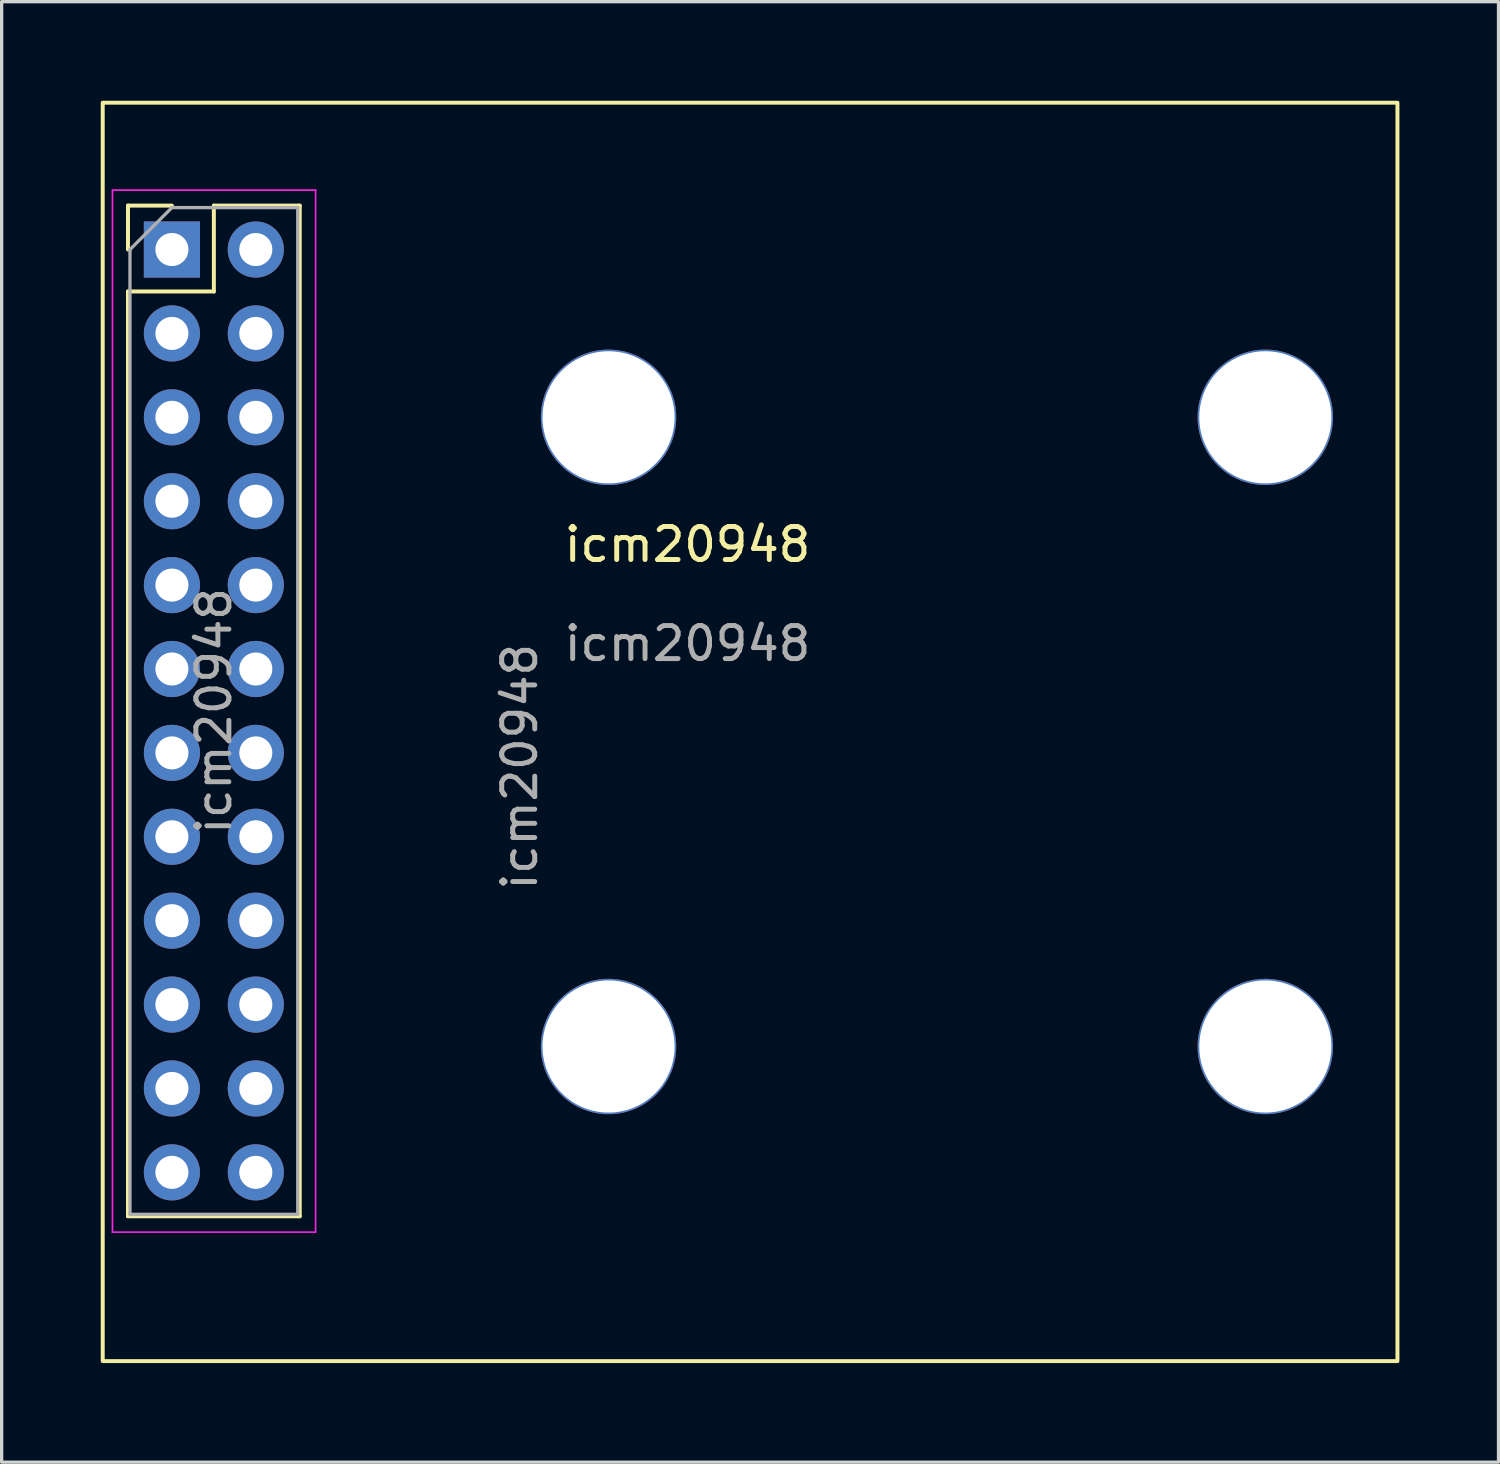
<source format=kicad_pcb>
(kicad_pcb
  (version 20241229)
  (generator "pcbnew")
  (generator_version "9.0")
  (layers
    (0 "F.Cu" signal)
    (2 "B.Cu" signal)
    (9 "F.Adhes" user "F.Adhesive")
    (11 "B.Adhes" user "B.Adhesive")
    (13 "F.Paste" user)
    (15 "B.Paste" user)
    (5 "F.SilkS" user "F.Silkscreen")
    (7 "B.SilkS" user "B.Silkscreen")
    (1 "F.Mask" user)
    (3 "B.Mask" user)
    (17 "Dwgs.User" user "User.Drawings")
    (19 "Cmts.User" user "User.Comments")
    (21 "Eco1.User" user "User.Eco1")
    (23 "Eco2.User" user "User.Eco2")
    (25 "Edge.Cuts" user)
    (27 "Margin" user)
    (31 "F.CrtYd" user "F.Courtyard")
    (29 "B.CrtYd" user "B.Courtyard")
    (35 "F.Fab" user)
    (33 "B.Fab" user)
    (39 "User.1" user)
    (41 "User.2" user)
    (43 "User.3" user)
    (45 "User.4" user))
  (footprint "icm20948"
    (layer "F.Cu")
    (at 17.765 13.935)
    (property "Reference" "icm20948" (at 0 -0.5 0) (unlocked yes) (layer "F.SilkS") (effects (font (size 1 1) (thickness 0.15))))
    (attr smd)
    (fp_line (start -16.94 -10.76) (end -15.61 -10.76) (stroke (width 0.12) (type solid)) (layer "F.SilkS"))
    (fp_line (start -16.94 -9.43) (end -16.94 -10.76) (stroke (width 0.12) (type solid)) (layer "F.SilkS"))
    (fp_line (start -16.94 -8.16) (end -16.94 19.84) (stroke (width 0.12) (type solid)) (layer "F.SilkS"))
    (fp_line (start -16.94 -8.16) (end -14.34 -8.16) (stroke (width 0.12) (type solid)) (layer "F.SilkS"))
    (fp_line (start -16.94 19.84) (end -11.74 19.84) (stroke (width 0.12) (type solid)) (layer "F.SilkS"))
    (fp_line (start -14.34 -10.76) (end -11.74 -10.76) (stroke (width 0.12) (type solid)) (layer "F.SilkS"))
    (fp_line (start -14.34 -8.16) (end -14.34 -10.76) (stroke (width 0.12) (type solid)) (layer "F.SilkS"))
    (fp_line (start -11.74 -10.76) (end -11.74 19.84) (stroke (width 0.12) (type solid)) (layer "F.SilkS"))
    (fp_rect (start 21.495 -13.875) (end -17.705 24.225) (stroke (width 0.12) (type solid)) (fill no) (layer "F.SilkS"))
    (fp_line (start -17.41 -11.23) (end -17.41 20.32) (stroke (width 0.05) (type solid)) (layer "F.CrtYd"))
    (fp_line (start -17.41 20.32) (end -11.26 20.32) (stroke (width 0.05) (type solid)) (layer "F.CrtYd"))
    (fp_line (start -11.26 -11.23) (end -17.41 -11.23) (stroke (width 0.05) (type solid)) (layer "F.CrtYd"))
    (fp_line (start -11.26 20.32) (end -11.26 -11.23) (stroke (width 0.05) (type solid)) (layer "F.CrtYd"))
    (fp_line (start -16.88 -9.43) (end -15.61 -10.7) (stroke (width 0.1) (type solid)) (layer "F.Fab"))
    (fp_line (start -16.88 19.78) (end -16.88 -9.43) (stroke (width 0.1) (type solid)) (layer "F.Fab"))
    (fp_line (start -15.61 -10.7) (end -11.8 -10.7) (stroke (width 0.1) (type solid)) (layer "F.Fab"))
    (fp_line (start -11.8 -10.7) (end -11.8 19.78) (stroke (width 0.1) (type solid)) (layer "F.Fab"))
    (fp_line (start -11.8 19.78) (end -16.88 19.78) (stroke (width 0.1) (type solid)) (layer "F.Fab"))
    (fp_text user "${REFERENCE}" (at -14.34 4.54 90) (layer "F.Fab") (effects (font (size 1 1) (thickness 0.15))))
    (fp_text user "${REFERENCE}" (at -5.08 6.229 90) (layer "F.Fab") (effects (font (size 1 1) (thickness 0.15))))
    (fp_text user "${REFERENCE}" (at 0 2.5 0) (unlocked yes) (layer "F.Fab") (effects (font (size 1 1) (thickness 0.15))))
    (pad "" np_thru_hole circle (at -2.39 -4.35 270) (size 4.1 4.1) (drill 4) (layers "*.Cu" "*.Mask"))
    (pad "" np_thru_hole circle (at -2.39 14.7 270) (size 4.1 4.1) (drill 4) (layers "*.Cu" "*.Mask"))
    (pad "" np_thru_hole circle (at 17.495 -4.35 270) (size 4.1 4.1) (drill 4) (layers "*.Cu" "*.Mask"))
    (pad "" np_thru_hole circle (at 17.495 14.7 270) (size 4.1 4.1) (drill 4) (layers "*.Cu" "*.Mask"))
    (pad "1" thru_hole rect (at -15.61 -9.43) (size 1.7 1.7) (drill 1) (layers "*.Cu" "*.Mask"))
    (pad "2" thru_hole oval (at -13.07 -9.43) (size 1.7 1.7) (drill 1) (layers "*.Cu" "*.Mask"))
    (pad "3" thru_hole oval (at -15.61 -6.89) (size 1.7 1.7) (drill 1) (layers "*.Cu" "*.Mask"))
    (pad "4" thru_hole oval (at -13.07 -6.89) (size 1.7 1.7) (drill 1) (layers "*.Cu" "*.Mask"))
    (pad "5" thru_hole oval (at -15.61 -4.35) (size 1.7 1.7) (drill 1) (layers "*.Cu" "*.Mask"))
    (pad "6" thru_hole oval (at -13.07 -4.35) (size 1.7 1.7) (drill 1) (layers "*.Cu" "*.Mask"))
    (pad "7" thru_hole oval (at -15.61 -1.81) (size 1.7 1.7) (drill 1) (layers "*.Cu" "*.Mask"))
    (pad "8" thru_hole oval (at -13.07 -1.81) (size 1.7 1.7) (drill 1) (layers "*.Cu" "*.Mask"))
    (pad "9" thru_hole oval (at -15.61 0.73) (size 1.7 1.7) (drill 1) (layers "*.Cu" "*.Mask"))
    (pad "10" thru_hole oval (at -13.07 0.73) (size 1.7 1.7) (drill 1) (layers "*.Cu" "*.Mask"))
    (pad "11" thru_hole oval (at -15.61 3.27) (size 1.7 1.7) (drill 1) (layers "*.Cu" "*.Mask"))
    (pad "12" thru_hole oval (at -13.07 3.27) (size 1.7 1.7) (drill 1) (layers "*.Cu" "*.Mask"))
    (pad "13" thru_hole oval (at -15.61 5.81) (size 1.7 1.7) (drill 1) (layers "*.Cu" "*.Mask"))
    (pad "14" thru_hole oval (at -13.07 5.81) (size 1.7 1.7) (drill 1) (layers "*.Cu" "*.Mask"))
    (pad "15" thru_hole oval (at -15.61 8.35) (size 1.7 1.7) (drill 1) (layers "*.Cu" "*.Mask"))
    (pad "16" thru_hole oval (at -13.07 8.35) (size 1.7 1.7) (drill 1) (layers "*.Cu" "*.Mask"))
    (pad "17" thru_hole oval (at -15.61 10.89) (size 1.7 1.7) (drill 1) (layers "*.Cu" "*.Mask"))
    (pad "18" thru_hole oval (at -13.07 10.89) (size 1.7 1.7) (drill 1) (layers "*.Cu" "*.Mask"))
    (pad "19" thru_hole oval (at -15.61 13.43) (size 1.7 1.7) (drill 1) (layers "*.Cu" "*.Mask"))
    (pad "20" thru_hole oval (at -13.07 13.43) (size 1.7 1.7) (drill 1) (layers "*.Cu" "*.Mask"))
    (pad "21" thru_hole oval (at -15.61 15.97) (size 1.7 1.7) (drill 1) (layers "*.Cu" "*.Mask"))
    (pad "22" thru_hole oval (at -13.07 15.97) (size 1.7 1.7) (drill 1) (layers "*.Cu" "*.Mask"))
    (pad "23" thru_hole oval (at -15.61 18.51) (size 1.7 1.7) (drill 1) (layers "*.Cu" "*.Mask"))
    (pad "24" thru_hole oval (at -13.07 18.51) (size 1.7 1.7) (drill 1) (layers "*.Cu" "*.Mask")))
  (gr_rect
    (start -3 -3)
    (end 42.32 41.22)
    (stroke (width 0.1) (type default))
    (fill no)
    (layer "Edge.Cuts")))
</source>
